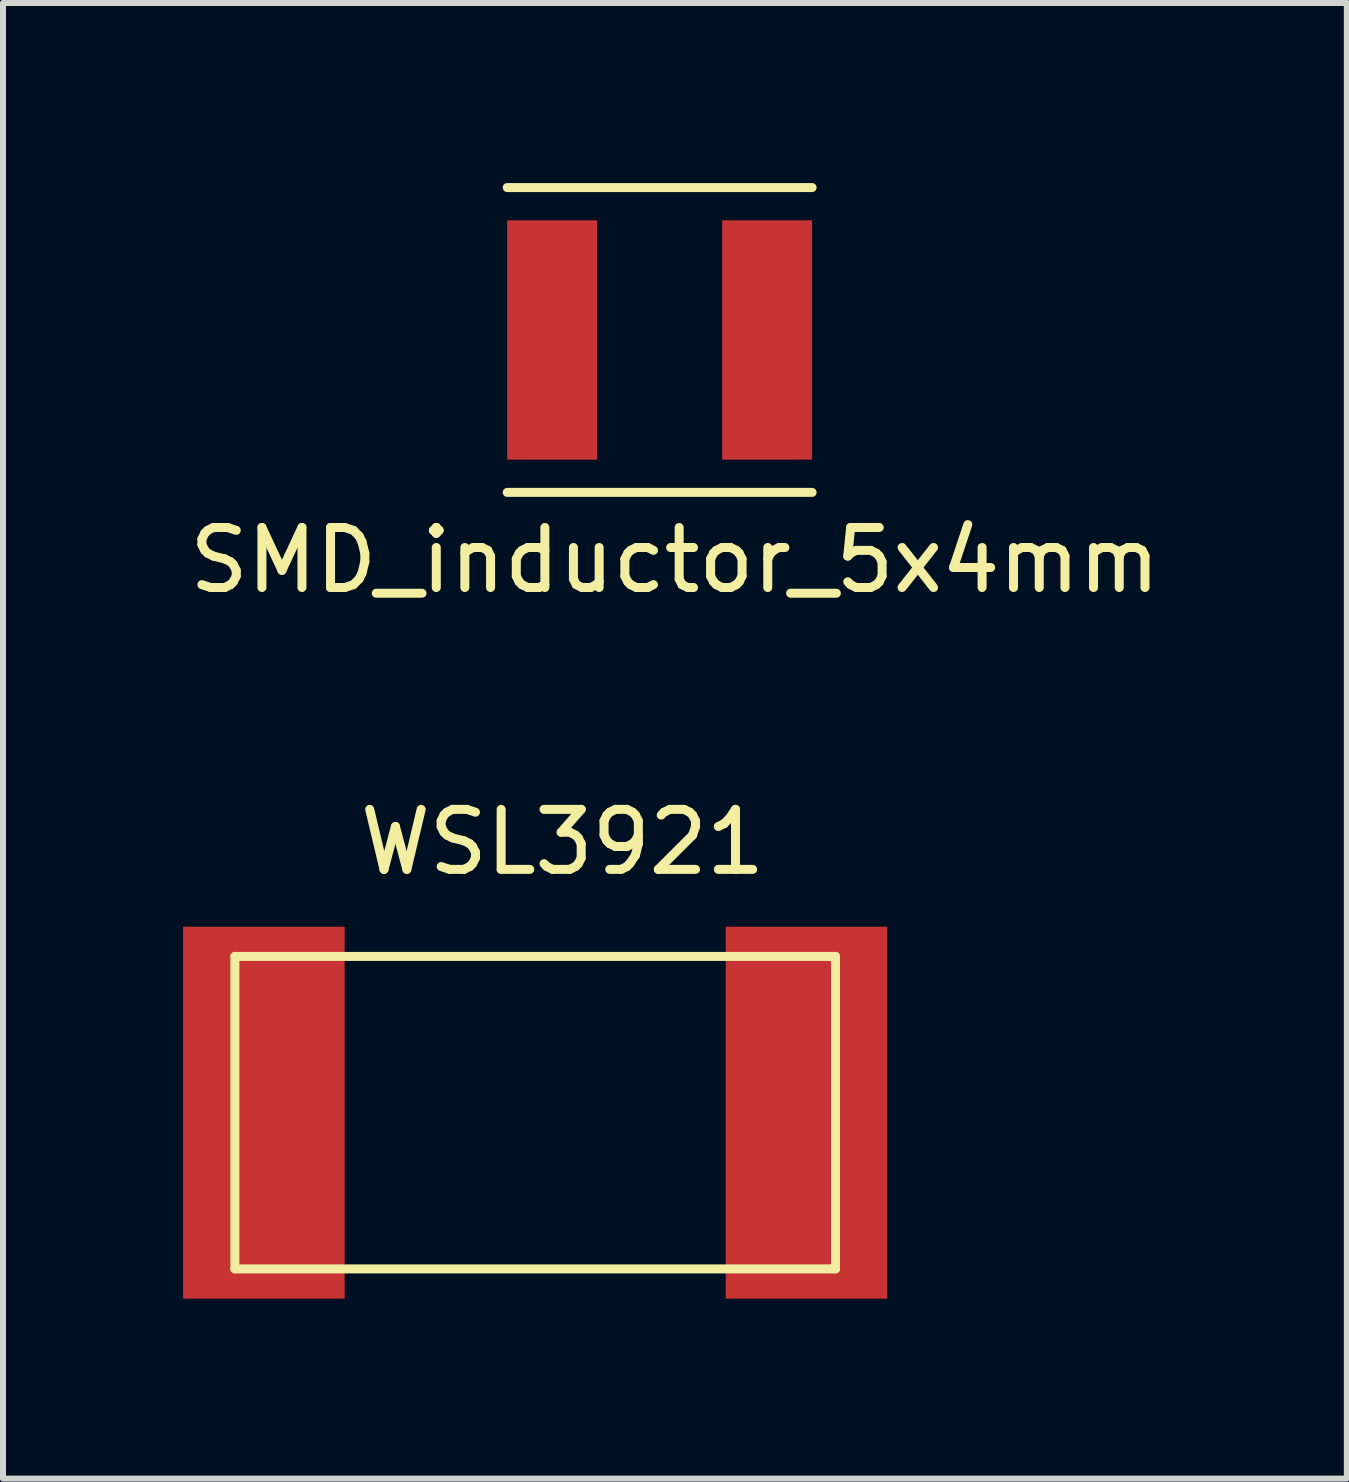
<source format=kicad_pcb>
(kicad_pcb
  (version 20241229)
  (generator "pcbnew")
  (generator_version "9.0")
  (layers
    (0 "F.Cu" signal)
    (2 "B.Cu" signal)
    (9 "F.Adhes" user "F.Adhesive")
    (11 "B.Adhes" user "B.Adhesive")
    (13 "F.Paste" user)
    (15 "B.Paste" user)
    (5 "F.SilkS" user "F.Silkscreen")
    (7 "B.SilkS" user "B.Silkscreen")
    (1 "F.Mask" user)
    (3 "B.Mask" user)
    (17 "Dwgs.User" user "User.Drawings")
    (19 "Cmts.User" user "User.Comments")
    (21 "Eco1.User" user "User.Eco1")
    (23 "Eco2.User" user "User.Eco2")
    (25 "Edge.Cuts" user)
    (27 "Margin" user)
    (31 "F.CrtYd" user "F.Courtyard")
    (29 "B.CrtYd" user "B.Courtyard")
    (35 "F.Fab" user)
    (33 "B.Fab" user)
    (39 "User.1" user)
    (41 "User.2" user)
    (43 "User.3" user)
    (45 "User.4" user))
  (footprint "SMD_inductor_5x4mm"
    (layer "F.Cu")
    (at 5.402 4.609)
    (property "Reference" "SMD_inductor_5x4mm" (at 2.794 1.676 0) (layer "F.SilkS") (effects (font (size 1 1) (thickness 0.15))))
    (attr through_hole)
    (fp_line (start 0 -4.534) (end 5.08 -4.534) (stroke (width 0.15) (type solid)) (layer "F.SilkS"))
    (fp_line (start 0 0.546) (end 5.08 0.546) (stroke (width 0.15) (type solid)) (layer "F.SilkS"))
    (pad "1" smd rect (at 0.749 -1.994) (size 1.499 3.988) (layers "F.Cu" "F.Mask" "F.Paste"))
    (pad "2" smd rect (at 4.331 -1.994) (size 1.499 3.988) (layers "F.Cu" "F.Mask" "F.Paste")))
  (footprint "WSL3921"
    (layer "F.Cu")
    (at 0.864 18.094)
    (property "Reference" "WSL3921" (at 5.461 -7.112 0) (layer "F.SilkS") (effects (font (size 1 1) (thickness 0.15))))
    (attr through_hole)
    (fp_line (start 0 -5.207) (end 0 0) (stroke (width 0.15) (type solid)) (layer "F.SilkS"))
    (fp_line (start 0 0) (end 10.008 0) (stroke (width 0.15) (type solid)) (layer "F.SilkS"))
    (fp_line (start 10.008 -5.207) (end 0 -5.207) (stroke (width 0.15) (type solid)) (layer "F.SilkS"))
    (fp_line (start 10.008 0) (end 10.008 -5.207) (stroke (width 0.15) (type solid)) (layer "F.SilkS"))
    (pad "1" smd rect (at 0.483 -2.603) (size 2.692 6.198) (layers "F.Cu" "F.Mask" "F.Paste"))
    (pad "2" smd rect (at 9.525 -2.603) (size 2.692 6.198) (layers "F.Cu" "F.Mask" "F.Paste")))
  (gr_rect
    (start -3 -3)
    (end 19.393 21.589)
    (stroke (width 0.1) (type default))
    (fill no)
    (layer "Edge.Cuts")))
</source>
